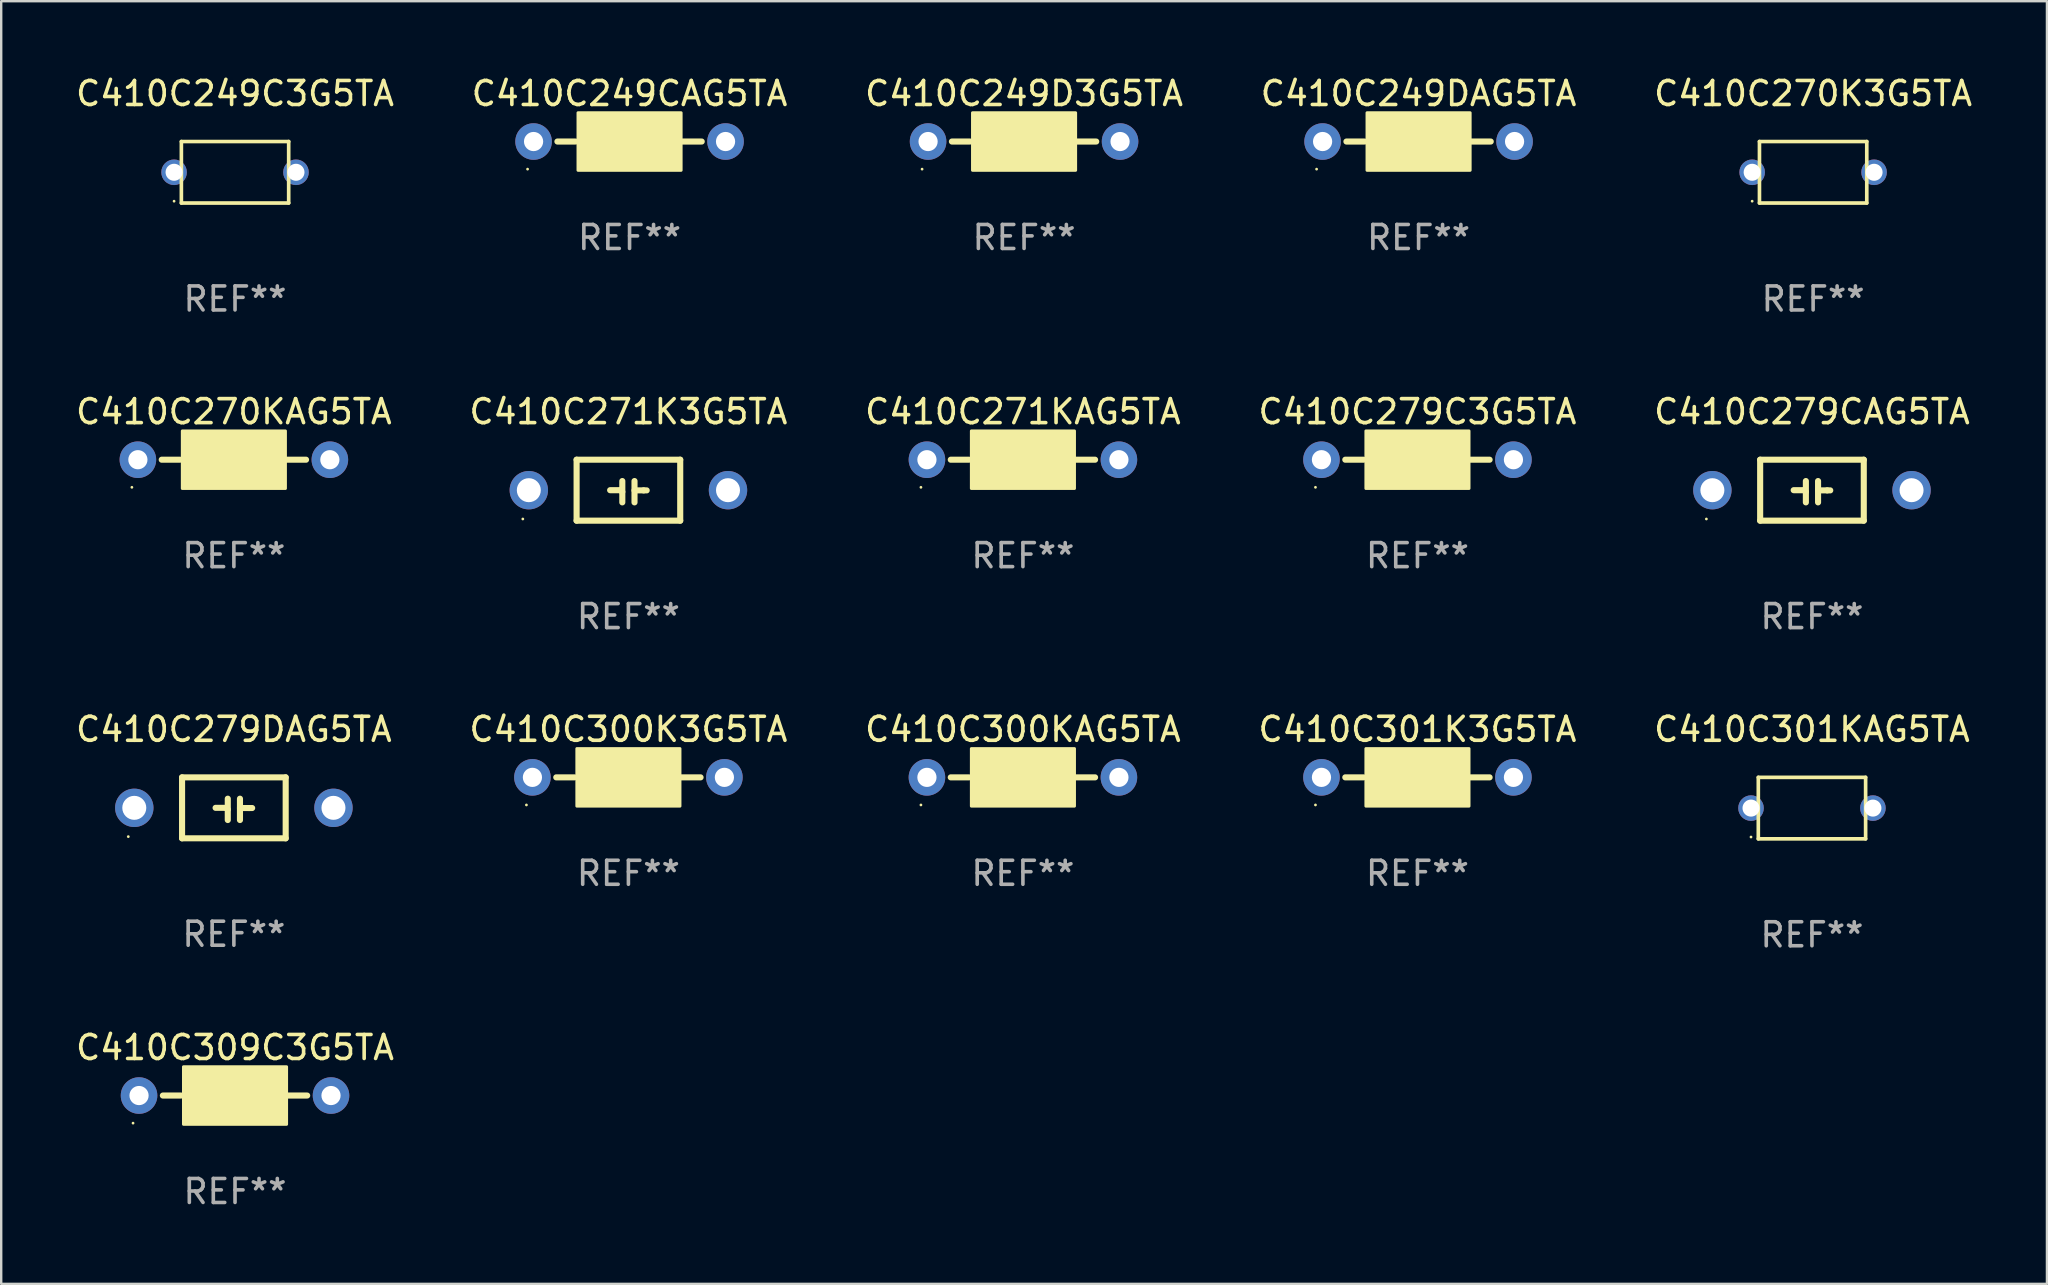
<source format=kicad_pcb>
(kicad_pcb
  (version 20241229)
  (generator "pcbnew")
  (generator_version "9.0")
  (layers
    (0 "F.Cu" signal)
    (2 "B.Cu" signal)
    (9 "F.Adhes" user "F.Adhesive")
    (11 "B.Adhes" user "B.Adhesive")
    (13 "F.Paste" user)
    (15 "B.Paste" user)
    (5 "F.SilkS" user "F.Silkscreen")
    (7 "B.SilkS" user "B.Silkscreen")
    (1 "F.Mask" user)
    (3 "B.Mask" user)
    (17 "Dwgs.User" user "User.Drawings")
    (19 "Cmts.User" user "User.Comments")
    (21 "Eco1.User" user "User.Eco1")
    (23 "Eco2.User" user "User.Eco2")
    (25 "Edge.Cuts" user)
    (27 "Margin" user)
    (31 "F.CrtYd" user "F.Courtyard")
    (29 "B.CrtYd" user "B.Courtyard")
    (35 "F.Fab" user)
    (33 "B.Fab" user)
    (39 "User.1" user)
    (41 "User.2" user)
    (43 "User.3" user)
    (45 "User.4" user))
  (footprint "C410C249D3G5TA"
    (layer "F.Cu")
    (at 39.625 2.848)
    (property "Reference" "C410C249D3G5TA" (at 0 -2 0) (layer "F.SilkS") (effects (font (size 1 1) (thickness 0.15))))
    (attr through_hole)
    (fp_line (start -2.25 0) (end -3.007 0) (stroke (width 0.254) (type solid)) (layer "F.SilkS"))
    (fp_line (start 2.2 0) (end 3.007 0) (stroke (width 0.254) (type solid)) (layer "F.SilkS"))
    (fp_circle (center -4.25 1.15) (end -4.22 1.15) (stroke (width 0.06) (type solid)) (fill no) (layer "F.SilkS"))
    (fp_poly (pts (xy -2.15 -1.2) (xy 2.15 -1.2) (xy 2.15 1.2) (xy -2.15 1.2)) (stroke (width 0.12) (type solid)) (fill yes) (layer "F.SilkS"))
    (fp_text user "REF**" (at 0 4 0) (layer "F.Fab") (effects (font (size 1 1) (thickness 0.15))))
    (pad "1" thru_hole circle (at -4 0) (size 1.524 1.524) (drill 0.8) (layers "*.Cu" "*.Mask"))
    (pad "2" thru_hole circle (at 4 0) (size 1.524 1.524) (drill 0.8) (layers "*.Cu" "*.Mask")))
  (footprint "C410C249CAG5TA"
    (layer "F.Cu")
    (at 23.185 2.848)
    (property "Reference" "C410C249CAG5TA" (at 0 -2 0) (layer "F.SilkS") (effects (font (size 1 1) (thickness 0.15))))
    (attr through_hole)
    (fp_line (start -2.25 0) (end -3.007 0) (stroke (width 0.254) (type solid)) (layer "F.SilkS"))
    (fp_line (start 2.2 0) (end 3.007 0) (stroke (width 0.254) (type solid)) (layer "F.SilkS"))
    (fp_circle (center -4.25 1.15) (end -4.22 1.15) (stroke (width 0.06) (type solid)) (fill no) (layer "F.SilkS"))
    (fp_poly (pts (xy -2.15 -1.2) (xy 2.15 -1.2) (xy 2.15 1.2) (xy -2.15 1.2)) (stroke (width 0.12) (type solid)) (fill yes) (layer "F.SilkS"))
    (fp_text user "REF**" (at 0 4 0) (layer "F.Fab") (effects (font (size 1 1) (thickness 0.15))))
    (pad "1" thru_hole circle (at -4 0) (size 1.524 1.524) (drill 0.8) (layers "*.Cu" "*.Mask"))
    (pad "2" thru_hole circle (at 4 0) (size 1.524 1.524) (drill 0.8) (layers "*.Cu" "*.Mask")))
  (footprint "C410C279DAG5TA"
    (layer "F.Cu")
    (at 6.696 30.614)
    (property "Reference" "C410C279DAG5TA" (at 0 -3.27 0) (layer "F.SilkS") (effects (font (size 1 1) (thickness 0.15))))
    (attr through_hole)
    (fp_line (start -2.159 -1.27) (end -2.159 1.27) (stroke (width 0.254) (type solid)) (layer "F.SilkS"))
    (fp_line (start -2.159 1.27) (end 2.159 1.27) (stroke (width 0.254) (type solid)) (layer "F.SilkS"))
    (fp_line (start -0.762 0) (end -0.322 0) (stroke (width 0.254) (type solid)) (layer "F.SilkS"))
    (fp_line (start -0.322 0) (end -0.254 0.068) (stroke (width 0.254) (type solid)) (layer "F.SilkS"))
    (fp_line (start -0.254 -0.381) (end -0.254 0.508) (stroke (width 0.254) (type solid)) (layer "F.SilkS"))
    (fp_line (start 0.254 -0.381) (end 0.254 0.508) (stroke (width 0.254) (type solid)) (layer "F.SilkS"))
    (fp_line (start 0.254 0.008) (end 0.635 0.008) (stroke (width 0.254) (type solid)) (layer "F.SilkS"))
    (fp_line (start 0.635 0.008) (end 0.762 0.008) (stroke (width 0.254) (type solid)) (layer "F.SilkS"))
    (fp_line (start 2.159 -1.27) (end -2.159 -1.27) (stroke (width 0.254) (type solid)) (layer "F.SilkS"))
    (fp_line (start 2.159 1.27) (end 2.159 -1.27) (stroke (width 0.254) (type solid)) (layer "F.SilkS"))
    (fp_circle (center -4.4 1.2) (end -4.37 1.2) (stroke (width 0.06) (type solid)) (fill no) (layer "F.SilkS"))
    (fp_text user "REF**" (at 0 5.27 0) (layer "F.Fab") (effects (font (size 1 1) (thickness 0.15))))
    (pad "1" thru_hole circle (at -4.15 0) (size 1.6 1.6) (drill 1) (layers "*.Cu" "*.Mask"))
    (pad "2" thru_hole circle (at 4.15 0) (size 1.6 1.6) (drill 1) (layers "*.Cu" "*.Mask")))
  (footprint "C410C300KAG5TA"
    (layer "F.Cu")
    (at 39.577 29.344)
    (property "Reference" "C410C300KAG5TA" (at 0 -2 0) (layer "F.SilkS") (effects (font (size 1 1) (thickness 0.15))))
    (attr through_hole)
    (fp_line (start -2.25 0) (end -3.007 0) (stroke (width 0.254) (type solid)) (layer "F.SilkS"))
    (fp_line (start 2.2 0) (end 3.007 0) (stroke (width 0.254) (type solid)) (layer "F.SilkS"))
    (fp_circle (center -4.25 1.15) (end -4.22 1.15) (stroke (width 0.06) (type solid)) (fill no) (layer "F.SilkS"))
    (fp_poly (pts (xy -2.15 -1.2) (xy 2.15 -1.2) (xy 2.15 1.2) (xy -2.15 1.2)) (stroke (width 0.12) (type solid)) (fill yes) (layer "F.SilkS"))
    (fp_text user "REF**" (at 0 4 0) (layer "F.Fab") (effects (font (size 1 1) (thickness 0.15))))
    (pad "1" thru_hole circle (at -4 0) (size 1.524 1.524) (drill 0.8) (layers "*.Cu" "*.Mask"))
    (pad "2" thru_hole circle (at 4 0) (size 1.524 1.524) (drill 0.8) (layers "*.Cu" "*.Mask")))
  (footprint "C410C270KAG5TA"
    (layer "F.Cu")
    (at 6.696 16.107)
    (property "Reference" "C410C270KAG5TA" (at 0 -2 0) (layer "F.SilkS") (effects (font (size 1 1) (thickness 0.15))))
    (attr through_hole)
    (fp_line (start -2.25 0) (end -3.007 0) (stroke (width 0.254) (type solid)) (layer "F.SilkS"))
    (fp_line (start 2.2 0) (end 3.007 0) (stroke (width 0.254) (type solid)) (layer "F.SilkS"))
    (fp_circle (center -4.25 1.15) (end -4.22 1.15) (stroke (width 0.06) (type solid)) (fill no) (layer "F.SilkS"))
    (fp_poly (pts (xy -2.15 -1.2) (xy 2.15 -1.2) (xy 2.15 1.2) (xy -2.15 1.2)) (stroke (width 0.12) (type solid)) (fill yes) (layer "F.SilkS"))
    (fp_text user "REF**" (at 0 4 0) (layer "F.Fab") (effects (font (size 1 1) (thickness 0.15))))
    (pad "1" thru_hole circle (at -4 0) (size 1.524 1.524) (drill 0.8) (layers "*.Cu" "*.Mask"))
    (pad "2" thru_hole circle (at 4 0) (size 1.524 1.524) (drill 0.8) (layers "*.Cu" "*.Mask")))
  (footprint "C410C249DAG5TA"
    (layer "F.Cu")
    (at 56.065 2.848)
    (property "Reference" "C410C249DAG5TA" (at 0 -2 0) (layer "F.SilkS") (effects (font (size 1 1) (thickness 0.15))))
    (attr through_hole)
    (fp_line (start -2.25 0) (end -3.007 0) (stroke (width 0.254) (type solid)) (layer "F.SilkS"))
    (fp_line (start 2.2 0) (end 3.007 0) (stroke (width 0.254) (type solid)) (layer "F.SilkS"))
    (fp_circle (center -4.25 1.15) (end -4.22 1.15) (stroke (width 0.06) (type solid)) (fill no) (layer "F.SilkS"))
    (fp_poly (pts (xy -2.15 -1.2) (xy 2.15 -1.2) (xy 2.15 1.2) (xy -2.15 1.2)) (stroke (width 0.12) (type solid)) (fill yes) (layer "F.SilkS"))
    (fp_text user "REF**" (at 0 4 0) (layer "F.Fab") (effects (font (size 1 1) (thickness 0.15))))
    (pad "1" thru_hole circle (at -4 0) (size 1.524 1.524) (drill 0.8) (layers "*.Cu" "*.Mask"))
    (pad "2" thru_hole circle (at 4 0) (size 1.524 1.524) (drill 0.8) (layers "*.Cu" "*.Mask")))
  (footprint "C410C249C3G5TA"
    (layer "F.Cu")
    (at 6.744 4.129)
    (property "Reference" "C410C249C3G5TA" (at 0 -3.281 0) (layer "F.SilkS") (effects (font (size 1 1) (thickness 0.15))))
    (attr through_hole)
    (fp_line (start -2.236 -1.281) (end 2.236 -1.281) (stroke (width 0.152) (type solid)) (layer "F.SilkS"))
    (fp_line (start -2.236 1.281) (end -2.236 -1.281) (stroke (width 0.152) (type solid)) (layer "F.SilkS"))
    (fp_line (start 2.236 -1.281) (end 2.236 1.281) (stroke (width 0.152) (type solid)) (layer "F.SilkS"))
    (fp_line (start 2.236 1.281) (end -2.236 1.281) (stroke (width 0.152) (type solid)) (layer "F.SilkS"))
    (fp_circle (center -2.54 1.205) (end -2.51 1.205) (stroke (width 0.06) (type solid)) (fill no) (layer "F.SilkS"))
    (fp_text user "REF**" (at 0 5.281 0) (layer "F.Fab") (effects (font (size 1 1) (thickness 0.15))))
    (pad "1" thru_hole circle (at -2.54 0) (size 1.065 1.065) (drill 0.71) (layers "*.Cu" "*.Mask"))
    (pad "2" thru_hole circle (at 2.54 0) (size 1.065 1.065) (drill 0.71) (layers "*.Cu" "*.Mask")))
  (footprint "C410C271K3G5TA"
    (layer "F.Cu")
    (at 23.137 17.377)
    (property "Reference" "C410C271K3G5TA" (at 0 -3.27 0) (layer "F.SilkS") (effects (font (size 1 1) (thickness 0.15))))
    (attr through_hole)
    (fp_line (start -2.159 -1.27) (end -2.159 1.27) (stroke (width 0.254) (type solid)) (layer "F.SilkS"))
    (fp_line (start -2.159 1.27) (end 2.159 1.27) (stroke (width 0.254) (type solid)) (layer "F.SilkS"))
    (fp_line (start -0.762 0) (end -0.322 0) (stroke (width 0.254) (type solid)) (layer "F.SilkS"))
    (fp_line (start -0.322 0) (end -0.254 0.068) (stroke (width 0.254) (type solid)) (layer "F.SilkS"))
    (fp_line (start -0.254 -0.381) (end -0.254 0.508) (stroke (width 0.254) (type solid)) (layer "F.SilkS"))
    (fp_line (start 0.254 -0.381) (end 0.254 0.508) (stroke (width 0.254) (type solid)) (layer "F.SilkS"))
    (fp_line (start 0.254 0.008) (end 0.635 0.008) (stroke (width 0.254) (type solid)) (layer "F.SilkS"))
    (fp_line (start 0.635 0.008) (end 0.762 0.008) (stroke (width 0.254) (type solid)) (layer "F.SilkS"))
    (fp_line (start 2.159 -1.27) (end -2.159 -1.27) (stroke (width 0.254) (type solid)) (layer "F.SilkS"))
    (fp_line (start 2.159 1.27) (end 2.159 -1.27) (stroke (width 0.254) (type solid)) (layer "F.SilkS"))
    (fp_circle (center -4.4 1.2) (end -4.37 1.2) (stroke (width 0.06) (type solid)) (fill no) (layer "F.SilkS"))
    (fp_text user "REF**" (at 0 5.27 0) (layer "F.Fab") (effects (font (size 1 1) (thickness 0.15))))
    (pad "1" thru_hole circle (at -4.15 0) (size 1.6 1.6) (drill 1) (layers "*.Cu" "*.Mask"))
    (pad "2" thru_hole circle (at 4.15 0) (size 1.6 1.6) (drill 1) (layers "*.Cu" "*.Mask")))
  (footprint "C410C279C3G5TA"
    (layer "F.Cu")
    (at 56.018 16.107)
    (property "Reference" "C410C279C3G5TA" (at 0 -2 0) (layer "F.SilkS") (effects (font (size 1 1) (thickness 0.15))))
    (attr through_hole)
    (fp_line (start -2.25 0) (end -3.007 0) (stroke (width 0.254) (type solid)) (layer "F.SilkS"))
    (fp_line (start 2.2 0) (end 3.007 0) (stroke (width 0.254) (type solid)) (layer "F.SilkS"))
    (fp_circle (center -4.25 1.15) (end -4.22 1.15) (stroke (width 0.06) (type solid)) (fill no) (layer "F.SilkS"))
    (fp_poly (pts (xy -2.15 -1.2) (xy 2.15 -1.2) (xy 2.15 1.2) (xy -2.15 1.2)) (stroke (width 0.12) (type solid)) (fill yes) (layer "F.SilkS"))
    (fp_text user "REF**" (at 0 4 0) (layer "F.Fab") (effects (font (size 1 1) (thickness 0.15))))
    (pad "1" thru_hole circle (at -4 0) (size 1.524 1.524) (drill 0.8) (layers "*.Cu" "*.Mask"))
    (pad "2" thru_hole circle (at 4 0) (size 1.524 1.524) (drill 0.8) (layers "*.Cu" "*.Mask")))
  (footprint "C410C301K3G5TA"
    (layer "F.Cu")
    (at 56.018 29.344)
    (property "Reference" "C410C301K3G5TA" (at 0 -2 0) (layer "F.SilkS") (effects (font (size 1 1) (thickness 0.15))))
    (attr through_hole)
    (fp_line (start -2.25 0) (end -3.007 0) (stroke (width 0.254) (type solid)) (layer "F.SilkS"))
    (fp_line (start 2.2 0) (end 3.007 0) (stroke (width 0.254) (type solid)) (layer "F.SilkS"))
    (fp_circle (center -4.25 1.15) (end -4.22 1.15) (stroke (width 0.06) (type solid)) (fill no) (layer "F.SilkS"))
    (fp_poly (pts (xy -2.15 -1.2) (xy 2.15 -1.2) (xy 2.15 1.2) (xy -2.15 1.2)) (stroke (width 0.12) (type solid)) (fill yes) (layer "F.SilkS"))
    (fp_text user "REF**" (at 0 4 0) (layer "F.Fab") (effects (font (size 1 1) (thickness 0.15))))
    (pad "1" thru_hole circle (at -4 0) (size 1.524 1.524) (drill 0.8) (layers "*.Cu" "*.Mask"))
    (pad "2" thru_hole circle (at 4 0) (size 1.524 1.524) (drill 0.8) (layers "*.Cu" "*.Mask")))
  (footprint "C410C271KAG5TA"
    (layer "F.Cu")
    (at 39.577 16.107)
    (property "Reference" "C410C271KAG5TA" (at 0 -2 0) (layer "F.SilkS") (effects (font (size 1 1) (thickness 0.15))))
    (attr through_hole)
    (fp_line (start -2.25 0) (end -3.007 0) (stroke (width 0.254) (type solid)) (layer "F.SilkS"))
    (fp_line (start 2.2 0) (end 3.007 0) (stroke (width 0.254) (type solid)) (layer "F.SilkS"))
    (fp_circle (center -4.25 1.15) (end -4.22 1.15) (stroke (width 0.06) (type solid)) (fill no) (layer "F.SilkS"))
    (fp_poly (pts (xy -2.15 -1.2) (xy 2.15 -1.2) (xy 2.15 1.2) (xy -2.15 1.2)) (stroke (width 0.12) (type solid)) (fill yes) (layer "F.SilkS"))
    (fp_text user "REF**" (at 0 4 0) (layer "F.Fab") (effects (font (size 1 1) (thickness 0.15))))
    (pad "1" thru_hole circle (at -4 0) (size 1.524 1.524) (drill 0.8) (layers "*.Cu" "*.Mask"))
    (pad "2" thru_hole circle (at 4 0) (size 1.524 1.524) (drill 0.8) (layers "*.Cu" "*.Mask")))
  (footprint "C410C309C3G5TA"
    (layer "F.Cu")
    (at 6.744 42.603)
    (property "Reference" "C410C309C3G5TA" (at 0 -2 0) (layer "F.SilkS") (effects (font (size 1 1) (thickness 0.15))))
    (attr through_hole)
    (fp_line (start -2.25 0) (end -3.007 0) (stroke (width 0.254) (type solid)) (layer "F.SilkS"))
    (fp_line (start 2.2 0) (end 3.007 0) (stroke (width 0.254) (type solid)) (layer "F.SilkS"))
    (fp_circle (center -4.25 1.15) (end -4.22 1.15) (stroke (width 0.06) (type solid)) (fill no) (layer "F.SilkS"))
    (fp_poly (pts (xy -2.15 -1.2) (xy 2.15 -1.2) (xy 2.15 1.2) (xy -2.15 1.2)) (stroke (width 0.12) (type solid)) (fill yes) (layer "F.SilkS"))
    (fp_text user "REF**" (at 0 4 0) (layer "F.Fab") (effects (font (size 1 1) (thickness 0.15))))
    (pad "1" thru_hole circle (at -4 0) (size 1.524 1.524) (drill 0.8) (layers "*.Cu" "*.Mask"))
    (pad "2" thru_hole circle (at 4 0) (size 1.524 1.524) (drill 0.8) (layers "*.Cu" "*.Mask")))
  (footprint "C410C279CAG5TA"
    (layer "F.Cu")
    (at 72.458 17.377)
    (property "Reference" "C410C279CAG5TA" (at 0 -3.27 0) (layer "F.SilkS") (effects (font (size 1 1) (thickness 0.15))))
    (attr through_hole)
    (fp_line (start -2.159 -1.27) (end -2.159 1.27) (stroke (width 0.254) (type solid)) (layer "F.SilkS"))
    (fp_line (start -2.159 1.27) (end 2.159 1.27) (stroke (width 0.254) (type solid)) (layer "F.SilkS"))
    (fp_line (start -0.762 0) (end -0.322 0) (stroke (width 0.254) (type solid)) (layer "F.SilkS"))
    (fp_line (start -0.322 0) (end -0.254 0.068) (stroke (width 0.254) (type solid)) (layer "F.SilkS"))
    (fp_line (start -0.254 -0.381) (end -0.254 0.508) (stroke (width 0.254) (type solid)) (layer "F.SilkS"))
    (fp_line (start 0.254 -0.381) (end 0.254 0.508) (stroke (width 0.254) (type solid)) (layer "F.SilkS"))
    (fp_line (start 0.254 0.008) (end 0.635 0.008) (stroke (width 0.254) (type solid)) (layer "F.SilkS"))
    (fp_line (start 0.635 0.008) (end 0.762 0.008) (stroke (width 0.254) (type solid)) (layer "F.SilkS"))
    (fp_line (start 2.159 -1.27) (end -2.159 -1.27) (stroke (width 0.254) (type solid)) (layer "F.SilkS"))
    (fp_line (start 2.159 1.27) (end 2.159 -1.27) (stroke (width 0.254) (type solid)) (layer "F.SilkS"))
    (fp_circle (center -4.4 1.2) (end -4.37 1.2) (stroke (width 0.06) (type solid)) (fill no) (layer "F.SilkS"))
    (fp_text user "REF**" (at 0 5.27 0) (layer "F.Fab") (effects (font (size 1 1) (thickness 0.15))))
    (pad "1" thru_hole circle (at -4.15 0) (size 1.6 1.6) (drill 1) (layers "*.Cu" "*.Mask"))
    (pad "2" thru_hole circle (at 4.15 0) (size 1.6 1.6) (drill 1) (layers "*.Cu" "*.Mask")))
  (footprint "C410C270K3G5TA"
    (layer "F.Cu")
    (at 72.506 4.129)
    (property "Reference" "C410C270K3G5TA" (at 0 -3.281 0) (layer "F.SilkS") (effects (font (size 1 1) (thickness 0.15))))
    (attr through_hole)
    (fp_line (start -2.236 -1.281) (end 2.236 -1.281) (stroke (width 0.152) (type solid)) (layer "F.SilkS"))
    (fp_line (start -2.236 1.281) (end -2.236 -1.281) (stroke (width 0.152) (type solid)) (layer "F.SilkS"))
    (fp_line (start 2.236 -1.281) (end 2.236 1.281) (stroke (width 0.152) (type solid)) (layer "F.SilkS"))
    (fp_line (start 2.236 1.281) (end -2.236 1.281) (stroke (width 0.152) (type solid)) (layer "F.SilkS"))
    (fp_circle (center -2.54 1.205) (end -2.51 1.205) (stroke (width 0.06) (type solid)) (fill no) (layer "F.SilkS"))
    (fp_text user "REF**" (at 0 5.281 0) (layer "F.Fab") (effects (font (size 1 1) (thickness 0.15))))
    (pad "1" thru_hole circle (at -2.54 0) (size 1.065 1.065) (drill 0.71) (layers "*.Cu" "*.Mask"))
    (pad "2" thru_hole circle (at 2.54 0) (size 1.065 1.065) (drill 0.71) (layers "*.Cu" "*.Mask")))
  (footprint "C410C301KAG5TA"
    (layer "F.Cu")
    (at 72.458 30.625)
    (property "Reference" "C410C301KAG5TA" (at 0 -3.281 0) (layer "F.SilkS") (effects (font (size 1 1) (thickness 0.15))))
    (attr through_hole)
    (fp_line (start -2.236 -1.281) (end 2.236 -1.281) (stroke (width 0.152) (type solid)) (layer "F.SilkS"))
    (fp_line (start -2.236 1.281) (end -2.236 -1.281) (stroke (width 0.152) (type solid)) (layer "F.SilkS"))
    (fp_line (start 2.236 -1.281) (end 2.236 1.281) (stroke (width 0.152) (type solid)) (layer "F.SilkS"))
    (fp_line (start 2.236 1.281) (end -2.236 1.281) (stroke (width 0.152) (type solid)) (layer "F.SilkS"))
    (fp_circle (center -2.54 1.205) (end -2.51 1.205) (stroke (width 0.06) (type solid)) (fill no) (layer "F.SilkS"))
    (fp_text user "REF**" (at 0 5.281 0) (layer "F.Fab") (effects (font (size 1 1) (thickness 0.15))))
    (pad "1" thru_hole circle (at -2.54 0) (size 1.065 1.065) (drill 0.71) (layers "*.Cu" "*.Mask"))
    (pad "2" thru_hole circle (at 2.54 0) (size 1.065 1.065) (drill 0.71) (layers "*.Cu" "*.Mask")))
  (footprint "C410C300K3G5TA"
    (layer "F.Cu")
    (at 23.137 29.344)
    (property "Reference" "C410C300K3G5TA" (at 0 -2 0) (layer "F.SilkS") (effects (font (size 1 1) (thickness 0.15))))
    (attr through_hole)
    (fp_line (start -2.25 0) (end -3.007 0) (stroke (width 0.254) (type solid)) (layer "F.SilkS"))
    (fp_line (start 2.2 0) (end 3.007 0) (stroke (width 0.254) (type solid)) (layer "F.SilkS"))
    (fp_circle (center -4.25 1.15) (end -4.22 1.15) (stroke (width 0.06) (type solid)) (fill no) (layer "F.SilkS"))
    (fp_poly (pts (xy -2.15 -1.2) (xy 2.15 -1.2) (xy 2.15 1.2) (xy -2.15 1.2)) (stroke (width 0.12) (type solid)) (fill yes) (layer "F.SilkS"))
    (fp_text user "REF**" (at 0 4 0) (layer "F.Fab") (effects (font (size 1 1) (thickness 0.15))))
    (pad "1" thru_hole circle (at -4 0) (size 1.524 1.524) (drill 0.8) (layers "*.Cu" "*.Mask"))
    (pad "2" thru_hole circle (at 4 0) (size 1.524 1.524) (drill 0.8) (layers "*.Cu" "*.Mask")))
  (gr_rect
    (start -3 -3)
    (end 82.25 50.451)
    (stroke (width 0.1) (type default))
    (fill no)
    (layer "Edge.Cuts")))
</source>
